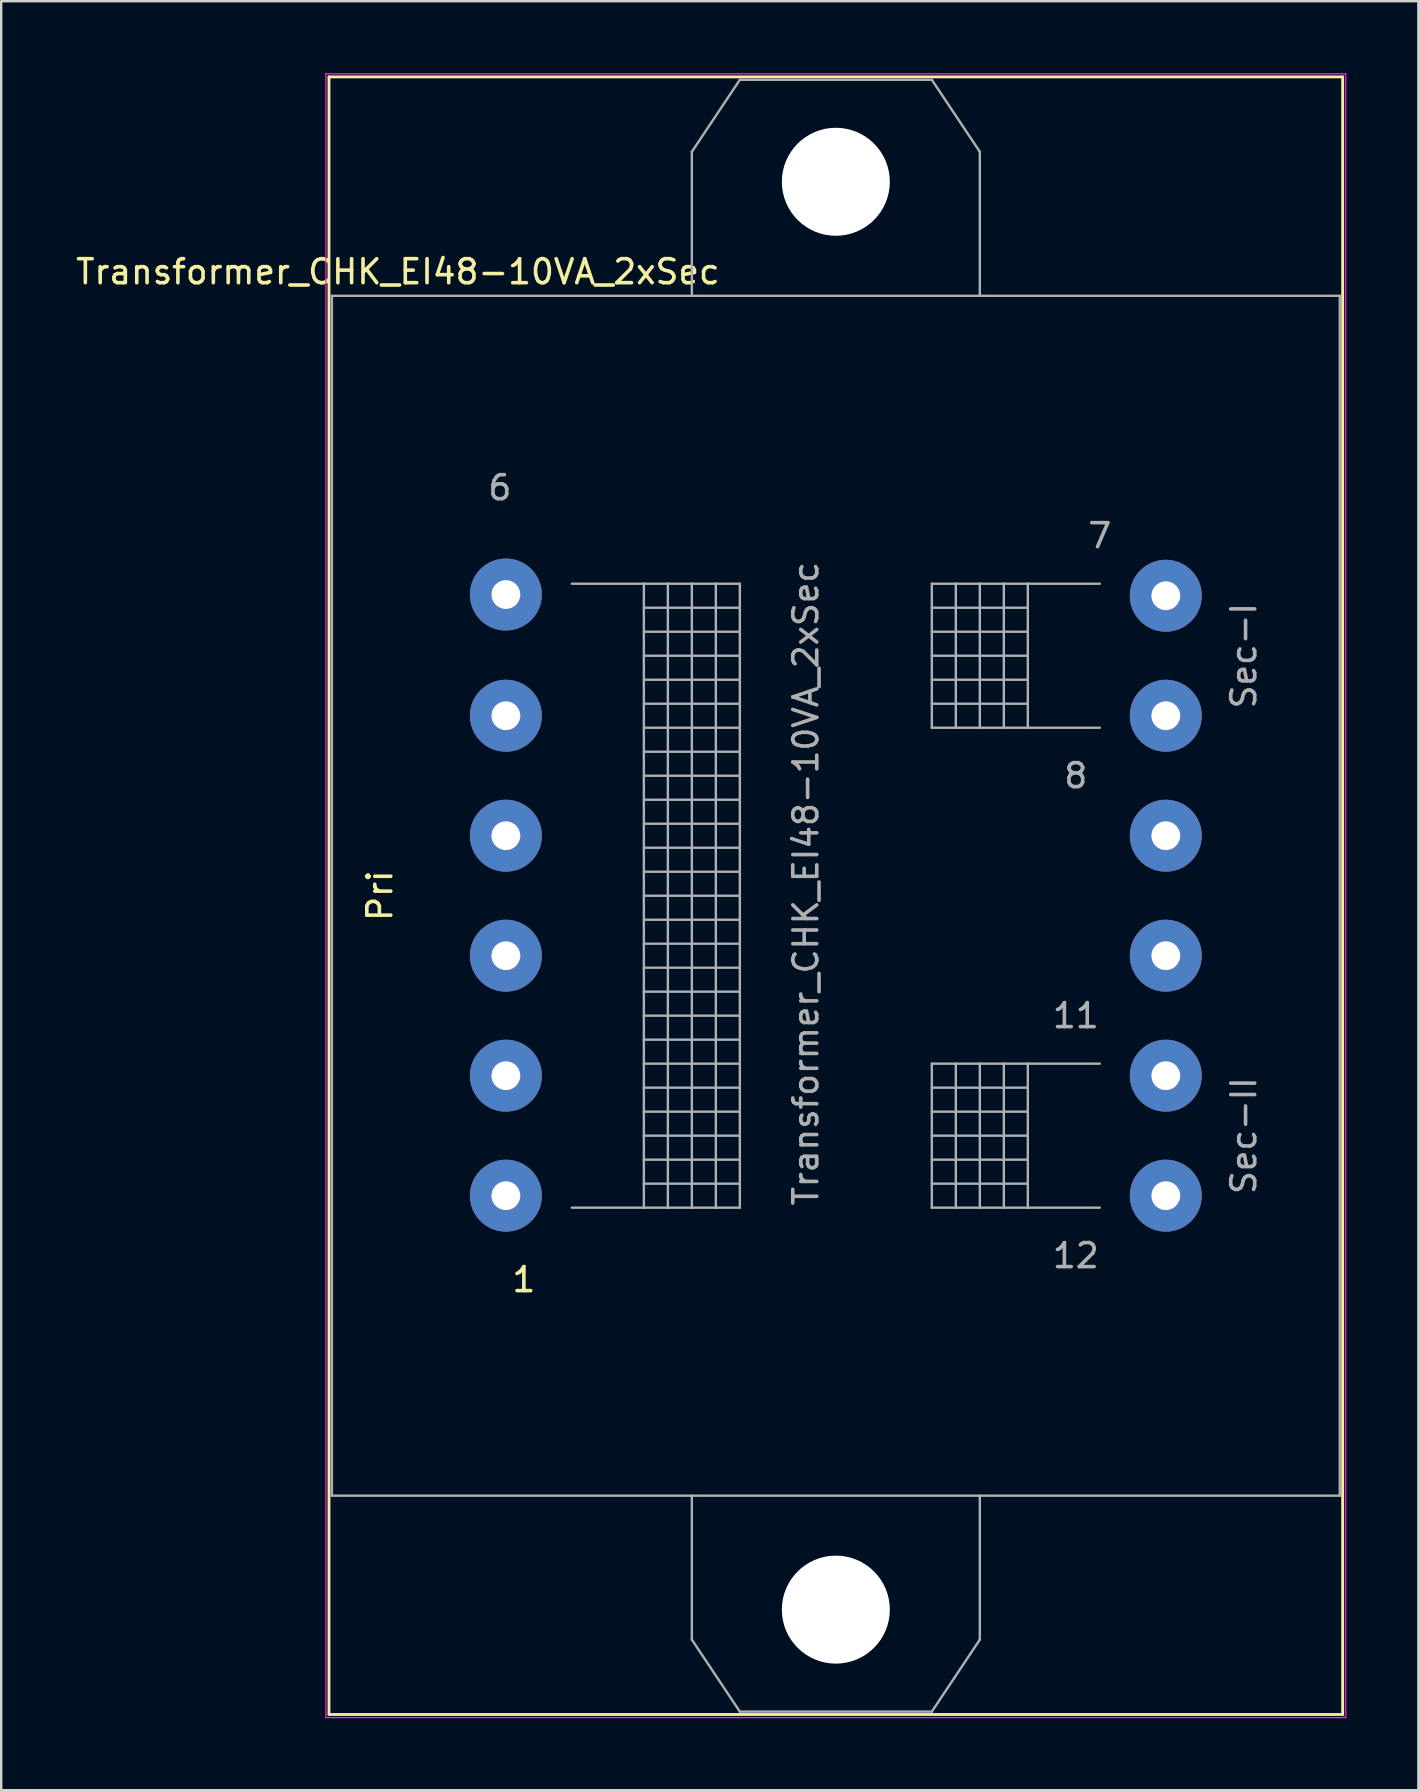
<source format=kicad_pcb>
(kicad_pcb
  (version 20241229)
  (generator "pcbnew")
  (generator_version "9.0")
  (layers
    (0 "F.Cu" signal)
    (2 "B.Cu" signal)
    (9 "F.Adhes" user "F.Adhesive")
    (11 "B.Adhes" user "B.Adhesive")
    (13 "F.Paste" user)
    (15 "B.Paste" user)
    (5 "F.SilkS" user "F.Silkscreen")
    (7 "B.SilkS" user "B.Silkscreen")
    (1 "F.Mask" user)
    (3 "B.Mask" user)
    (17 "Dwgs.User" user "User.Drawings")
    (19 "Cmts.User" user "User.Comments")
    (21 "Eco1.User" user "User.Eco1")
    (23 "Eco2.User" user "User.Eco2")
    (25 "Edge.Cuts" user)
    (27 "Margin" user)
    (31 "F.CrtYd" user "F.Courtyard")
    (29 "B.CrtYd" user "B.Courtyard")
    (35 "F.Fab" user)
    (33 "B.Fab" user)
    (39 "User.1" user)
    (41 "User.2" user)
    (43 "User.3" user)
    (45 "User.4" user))
  (footprint "Transformer_CHK_EI48-10VA_2xSec"
    (layer "F.Cu")
    (at 18.03 46.775)
    (property "Reference" "Transformer_CHK_EI48-10VA_2xSec" (at -4.5 -38.5 0) (layer "F.SilkS") (effects (font (size 1 1) (thickness 0.15))))
    (attr through_hole)
    (fp_line (start -7.37 -46.62) (end -7.37 21.62) (stroke (width 0.12) (type solid)) (layer "F.SilkS"))
    (fp_line (start -7.37 -46.62) (end 34.87 -46.62) (stroke (width 0.12) (type solid)) (layer "F.SilkS"))
    (fp_line (start 34.87 21.62) (end -7.37 21.62) (stroke (width 0.12) (type solid)) (layer "F.SilkS"))
    (fp_line (start 34.87 21.62) (end 34.87 -46.62) (stroke (width 0.12) (type solid)) (layer "F.SilkS"))
    (fp_line (start -7.5 -46.75) (end -7.5 21.75) (stroke (width 0.05) (type solid)) (layer "F.CrtYd"))
    (fp_line (start -7.5 -46.75) (end 35 -46.75) (stroke (width 0.05) (type solid)) (layer "F.CrtYd"))
    (fp_line (start 35 21.75) (end -7.5 21.75) (stroke (width 0.05) (type solid)) (layer "F.CrtYd"))
    (fp_line (start 35 21.75) (end 35 -46.75) (stroke (width 0.05) (type solid)) (layer "F.CrtYd"))
    (fp_line (start -7.25 -37.5) (end -7.25 12.5) (stroke (width 0.1) (type solid)) (layer "F.Fab"))
    (fp_line (start -7.25 12.5) (end 34.75 12.5) (stroke (width 0.1) (type solid)) (layer "F.Fab"))
    (fp_line (start 2.75 -25.5) (end 5.75 -25.5) (stroke (width 0.1) (type solid)) (layer "F.Fab"))
    (fp_line (start 5.75 -25.5) (end 5.75 0.5) (stroke (width 0.1) (type solid)) (layer "F.Fab"))
    (fp_line (start 5.75 -25.5) (end 6.75 -25.5) (stroke (width 0.1) (type solid)) (layer "F.Fab"))
    (fp_line (start 5.75 -24.5) (end 9.75 -24.5) (stroke (width 0.1) (type solid)) (layer "F.Fab"))
    (fp_line (start 5.75 -23.5) (end 9.75 -23.5) (stroke (width 0.1) (type solid)) (layer "F.Fab"))
    (fp_line (start 5.75 -22.5) (end 9.75 -22.5) (stroke (width 0.1) (type solid)) (layer "F.Fab"))
    (fp_line (start 5.75 -21.5) (end 9.75 -21.5) (stroke (width 0.1) (type solid)) (layer "F.Fab"))
    (fp_line (start 5.75 -20.5) (end 9.75 -20.5) (stroke (width 0.1) (type solid)) (layer "F.Fab"))
    (fp_line (start 5.75 -19.5) (end 9.75 -19.5) (stroke (width 0.1) (type solid)) (layer "F.Fab"))
    (fp_line (start 5.75 -18.5) (end 9.75 -18.5) (stroke (width 0.1) (type solid)) (layer "F.Fab"))
    (fp_line (start 5.75 -17.5) (end 9.75 -17.5) (stroke (width 0.1) (type solid)) (layer "F.Fab"))
    (fp_line (start 5.75 -16.5) (end 9.75 -16.5) (stroke (width 0.1) (type solid)) (layer "F.Fab"))
    (fp_line (start 5.75 -15.5) (end 9.75 -15.5) (stroke (width 0.1) (type solid)) (layer "F.Fab"))
    (fp_line (start 5.75 -14.5) (end 9.75 -14.5) (stroke (width 0.1) (type solid)) (layer "F.Fab"))
    (fp_line (start 5.75 -13.5) (end 9.75 -13.5) (stroke (width 0.1) (type solid)) (layer "F.Fab"))
    (fp_line (start 5.75 -12.5) (end 9.75 -12.5) (stroke (width 0.1) (type solid)) (layer "F.Fab"))
    (fp_line (start 5.75 -11.5) (end 9.75 -11.5) (stroke (width 0.1) (type solid)) (layer "F.Fab"))
    (fp_line (start 5.75 -10.5) (end 9.75 -10.5) (stroke (width 0.1) (type solid)) (layer "F.Fab"))
    (fp_line (start 5.75 -9.5) (end 9.75 -9.5) (stroke (width 0.1) (type solid)) (layer "F.Fab"))
    (fp_line (start 5.75 -8.5) (end 9.75 -8.5) (stroke (width 0.1) (type solid)) (layer "F.Fab"))
    (fp_line (start 5.75 -7.5) (end 9.75 -7.5) (stroke (width 0.1) (type solid)) (layer "F.Fab"))
    (fp_line (start 5.75 -6.5) (end 9.75 -6.5) (stroke (width 0.1) (type solid)) (layer "F.Fab"))
    (fp_line (start 5.75 -5.5) (end 9.75 -5.5) (stroke (width 0.1) (type solid)) (layer "F.Fab"))
    (fp_line (start 5.75 -4.5) (end 9.75 -4.5) (stroke (width 0.1) (type solid)) (layer "F.Fab"))
    (fp_line (start 5.75 -3.5) (end 9.75 -3.5) (stroke (width 0.1) (type solid)) (layer "F.Fab"))
    (fp_line (start 5.75 -2.5) (end 9.75 -2.5) (stroke (width 0.1) (type solid)) (layer "F.Fab"))
    (fp_line (start 5.75 -0.5) (end 9.75 -0.5) (stroke (width 0.1) (type solid)) (layer "F.Fab"))
    (fp_line (start 5.75 0.5) (end 2.75 0.5) (stroke (width 0.1) (type solid)) (layer "F.Fab"))
    (fp_line (start 6.75 -25.5) (end 6.75 0.5) (stroke (width 0.1) (type solid)) (layer "F.Fab"))
    (fp_line (start 6.75 -25.5) (end 7.75 -25.5) (stroke (width 0.1) (type solid)) (layer "F.Fab"))
    (fp_line (start 6.75 -1.5) (end 5.75 -1.5) (stroke (width 0.1) (type solid)) (layer "F.Fab"))
    (fp_line (start 6.75 -1.5) (end 9.75 -1.5) (stroke (width 0.1) (type solid)) (layer "F.Fab"))
    (fp_line (start 6.75 0.5) (end 5.75 0.5) (stroke (width 0.1) (type solid)) (layer "F.Fab"))
    (fp_line (start 7.75 -43.5) (end 7.75 -37.5) (stroke (width 0.1) (type solid)) (layer "F.Fab"))
    (fp_line (start 7.75 -25.5) (end 7.75 0.5) (stroke (width 0.1) (type solid)) (layer "F.Fab"))
    (fp_line (start 7.75 -25.5) (end 8.75 -25.5) (stroke (width 0.1) (type solid)) (layer "F.Fab"))
    (fp_line (start 7.75 0.5) (end 6.75 0.5) (stroke (width 0.1) (type solid)) (layer "F.Fab"))
    (fp_line (start 7.75 18.5) (end 7.75 12.5) (stroke (width 0.1) (type solid)) (layer "F.Fab"))
    (fp_line (start 8.75 -25.5) (end 8.75 0.5) (stroke (width 0.1) (type solid)) (layer "F.Fab"))
    (fp_line (start 8.75 -25.5) (end 9.75 -25.5) (stroke (width 0.1) (type solid)) (layer "F.Fab"))
    (fp_line (start 8.75 0.5) (end 7.75 0.5) (stroke (width 0.1) (type solid)) (layer "F.Fab"))
    (fp_line (start 9.75 -46.5) (end 7.75 -43.5) (stroke (width 0.1) (type solid)) (layer "F.Fab"))
    (fp_line (start 9.75 -25.5) (end 9.75 0.5) (stroke (width 0.1) (type solid)) (layer "F.Fab"))
    (fp_line (start 9.75 0.5) (end 8.75 0.5) (stroke (width 0.1) (type solid)) (layer "F.Fab"))
    (fp_line (start 9.75 21.5) (end 7.75 18.5) (stroke (width 0.1) (type solid)) (layer "F.Fab"))
    (fp_line (start 17.75 -46.5) (end 9.75 -46.5) (stroke (width 0.1) (type solid)) (layer "F.Fab"))
    (fp_line (start 17.75 -25.5) (end 17.75 -19.5) (stroke (width 0.1) (type solid)) (layer "F.Fab"))
    (fp_line (start 17.75 -24.5) (end 21.75 -24.5) (stroke (width 0.1) (type solid)) (layer "F.Fab"))
    (fp_line (start 17.75 -23.5) (end 21.75 -23.5) (stroke (width 0.1) (type solid)) (layer "F.Fab"))
    (fp_line (start 17.75 -22.5) (end 21.75 -22.5) (stroke (width 0.1) (type solid)) (layer "F.Fab"))
    (fp_line (start 17.75 -21.5) (end 21.75 -21.5) (stroke (width 0.1) (type solid)) (layer "F.Fab"))
    (fp_line (start 17.75 -20.5) (end 21.75 -20.5) (stroke (width 0.1) (type solid)) (layer "F.Fab"))
    (fp_line (start 17.75 -19.5) (end 18.75 -19.5) (stroke (width 0.1) (type solid)) (layer "F.Fab"))
    (fp_line (start 17.75 -5.5) (end 17.75 0.5) (stroke (width 0.1) (type solid)) (layer "F.Fab"))
    (fp_line (start 17.75 -4.5) (end 21.75 -4.5) (stroke (width 0.1) (type solid)) (layer "F.Fab"))
    (fp_line (start 17.75 -3.5) (end 21.75 -3.5) (stroke (width 0.1) (type solid)) (layer "F.Fab"))
    (fp_line (start 17.75 -2.5) (end 21.75 -2.5) (stroke (width 0.1) (type solid)) (layer "F.Fab"))
    (fp_line (start 17.75 -1.5) (end 21.75 -1.5) (stroke (width 0.1) (type solid)) (layer "F.Fab"))
    (fp_line (start 17.75 -0.5) (end 21.75 -0.5) (stroke (width 0.1) (type solid)) (layer "F.Fab"))
    (fp_line (start 17.75 0.5) (end 18.75 0.5) (stroke (width 0.1) (type solid)) (layer "F.Fab"))
    (fp_line (start 17.75 21.5) (end 9.75 21.5) (stroke (width 0.1) (type solid)) (layer "F.Fab"))
    (fp_line (start 18.75 -25.5) (end 17.75 -25.5) (stroke (width 0.1) (type solid)) (layer "F.Fab"))
    (fp_line (start 18.75 -25.5) (end 18.75 -19.5) (stroke (width 0.1) (type solid)) (layer "F.Fab"))
    (fp_line (start 18.75 -19.5) (end 19.75 -19.5) (stroke (width 0.1) (type solid)) (layer "F.Fab"))
    (fp_line (start 18.75 -5.5) (end 17.75 -5.5) (stroke (width 0.1) (type solid)) (layer "F.Fab"))
    (fp_line (start 18.75 -5.5) (end 18.75 0.5) (stroke (width 0.1) (type solid)) (layer "F.Fab"))
    (fp_line (start 18.75 0.5) (end 19.75 0.5) (stroke (width 0.1) (type solid)) (layer "F.Fab"))
    (fp_line (start 19.75 -43.5) (end 17.75 -46.5) (stroke (width 0.1) (type solid)) (layer "F.Fab"))
    (fp_line (start 19.75 -37.5) (end 19.75 -43.5) (stroke (width 0.1) (type solid)) (layer "F.Fab"))
    (fp_line (start 19.75 -25.5) (end 18.75 -25.5) (stroke (width 0.1) (type solid)) (layer "F.Fab"))
    (fp_line (start 19.75 -25.5) (end 19.75 -19.5) (stroke (width 0.1) (type solid)) (layer "F.Fab"))
    (fp_line (start 19.75 -19.5) (end 20.75 -19.5) (stroke (width 0.1) (type solid)) (layer "F.Fab"))
    (fp_line (start 19.75 -5.5) (end 18.75 -5.5) (stroke (width 0.1) (type solid)) (layer "F.Fab"))
    (fp_line (start 19.75 -5.5) (end 19.75 0.5) (stroke (width 0.1) (type solid)) (layer "F.Fab"))
    (fp_line (start 19.75 0.5) (end 20.75 0.5) (stroke (width 0.1) (type solid)) (layer "F.Fab"))
    (fp_line (start 19.75 12.5) (end 19.75 18.5) (stroke (width 0.1) (type solid)) (layer "F.Fab"))
    (fp_line (start 19.75 18.5) (end 17.75 21.5) (stroke (width 0.1) (type solid)) (layer "F.Fab"))
    (fp_line (start 20.75 -25.5) (end 19.75 -25.5) (stroke (width 0.1) (type solid)) (layer "F.Fab"))
    (fp_line (start 20.75 -25.5) (end 20.75 -19.5) (stroke (width 0.1) (type solid)) (layer "F.Fab"))
    (fp_line (start 20.75 -19.5) (end 21.75 -19.5) (stroke (width 0.1) (type solid)) (layer "F.Fab"))
    (fp_line (start 20.75 -5.5) (end 19.75 -5.5) (stroke (width 0.1) (type solid)) (layer "F.Fab"))
    (fp_line (start 20.75 -5.5) (end 20.75 0.5) (stroke (width 0.1) (type solid)) (layer "F.Fab"))
    (fp_line (start 20.75 0.5) (end 21.75 0.5) (stroke (width 0.1) (type solid)) (layer "F.Fab"))
    (fp_line (start 21.75 -25.5) (end 20.75 -25.5) (stroke (width 0.1) (type solid)) (layer "F.Fab"))
    (fp_line (start 21.75 -25.5) (end 21.75 -19.5) (stroke (width 0.1) (type solid)) (layer "F.Fab"))
    (fp_line (start 21.75 -19.5) (end 24.75 -19.5) (stroke (width 0.1) (type solid)) (layer "F.Fab"))
    (fp_line (start 21.75 -5.5) (end 20.75 -5.5) (stroke (width 0.1) (type solid)) (layer "F.Fab"))
    (fp_line (start 21.75 -5.5) (end 21.75 0.5) (stroke (width 0.1) (type solid)) (layer "F.Fab"))
    (fp_line (start 21.75 0.5) (end 24.75 0.5) (stroke (width 0.1) (type solid)) (layer "F.Fab"))
    (fp_line (start 24.75 -25.5) (end 21.75 -25.5) (stroke (width 0.1) (type solid)) (layer "F.Fab"))
    (fp_line (start 24.75 -5.5) (end 21.75 -5.5) (stroke (width 0.1) (type solid)) (layer "F.Fab"))
    (fp_line (start 34.75 -37.5) (end -7.25 -37.5) (stroke (width 0.1) (type solid)) (layer "F.Fab"))
    (fp_line (start 34.75 12.5) (end 34.75 -37.5) (stroke (width 0.1) (type solid)) (layer "F.Fab"))
    (fp_text user "Pri" (at -5.25 -12.5 90) (layer "F.SilkS") (effects (font (size 1 1) (thickness 0.15))))
    (fp_text user "1" (at 0.75 3.5 0) (layer "F.SilkS") (effects (font (size 1 1) (thickness 0.15))))
    (fp_text user "8" (at 23.75 -17.5 0) (layer "F.Fab") (effects (font (size 1 1) (thickness 0.15))))
    (fp_text user "Sec-II" (at 30.75 -2.5 90) (layer "F.Fab") (effects (font (size 1 1) (thickness 0.15))))
    (fp_text user "Sec-I" (at 30.75 -22.5 90) (layer "F.Fab") (effects (font (size 1 1) (thickness 0.15))))
    (fp_text user "11" (at 23.75 -7.5 0) (layer "F.Fab") (effects (font (size 1 1) (thickness 0.15))))
    (fp_text user "7" (at 24.75 -27.5 0) (layer "F.Fab") (effects (font (size 1 1) (thickness 0.15))))
    (fp_text user "6" (at -0.25 -29.5 0) (layer "F.Fab") (effects (font (size 1 1) (thickness 0.15))))
    (fp_text user "${REFERENCE}" (at 12.5 -13 90) (layer "F.Fab") (effects (font (size 1 1) (thickness 0.15))))
    (fp_text user "12" (at 23.75 2.5 0) (layer "F.Fab") (effects (font (size 1 1) (thickness 0.15))))
    (pad "" np_thru_hole circle (at 13.75 -42.25) (size 4.5 4.5) (drill 4.5) (layers "*.Cu" "*.Mask"))
    (pad "" np_thru_hole circle (at 13.75 17.25) (size 4.5 4.5) (drill 4.5) (layers "*.Cu" "*.Mask"))
    (pad "1" thru_hole circle (at 0 0) (size 3 3) (drill 1.2) (layers "*.Cu" "*.Mask"))
    (pad "2" thru_hole circle (at 0 -5) (size 3 3) (drill 1.2) (layers "*.Cu" "*.Mask"))
    (pad "3" thru_hole circle (at 0 -10) (size 3 3) (drill 1.2) (layers "*.Cu" "*.Mask"))
    (pad "4" thru_hole circle (at 0 -15) (size 3 3) (drill 1.2) (layers "*.Cu" "*.Mask"))
    (pad "5" thru_hole circle (at 0 -20) (size 3 3) (drill 1.2) (layers "*.Cu" "*.Mask"))
    (pad "6" thru_hole circle (at 0 -25.05) (size 3 3) (drill 1.2) (layers "*.Cu" "*.Mask"))
    (pad "7" thru_hole circle (at 27.5 -25) (size 3 3) (drill 1.2) (layers "*.Cu" "*.Mask"))
    (pad "8" thru_hole circle (at 27.5 -20) (size 3 3) (drill 1.2) (layers "*.Cu" "*.Mask"))
    (pad "9" thru_hole circle (at 27.5 -15) (size 3 3) (drill 1.2) (layers "*.Cu" "*.Mask"))
    (pad "10" thru_hole circle (at 27.5 -10) (size 3 3) (drill 1.2) (layers "*.Cu" "*.Mask"))
    (pad "11" thru_hole circle (at 27.5 -5) (size 3 3) (drill 1.2) (layers "*.Cu" "*.Mask"))
    (pad "12" thru_hole circle (at 27.5 0) (size 3 3) (drill 1.2) (layers "*.Cu" "*.Mask")))
  (gr_rect
    (start -3 -3)
    (end 56.055 71.55)
    (stroke (width 0.1) (type default))
    (fill no)
    (layer "Edge.Cuts")))
</source>
